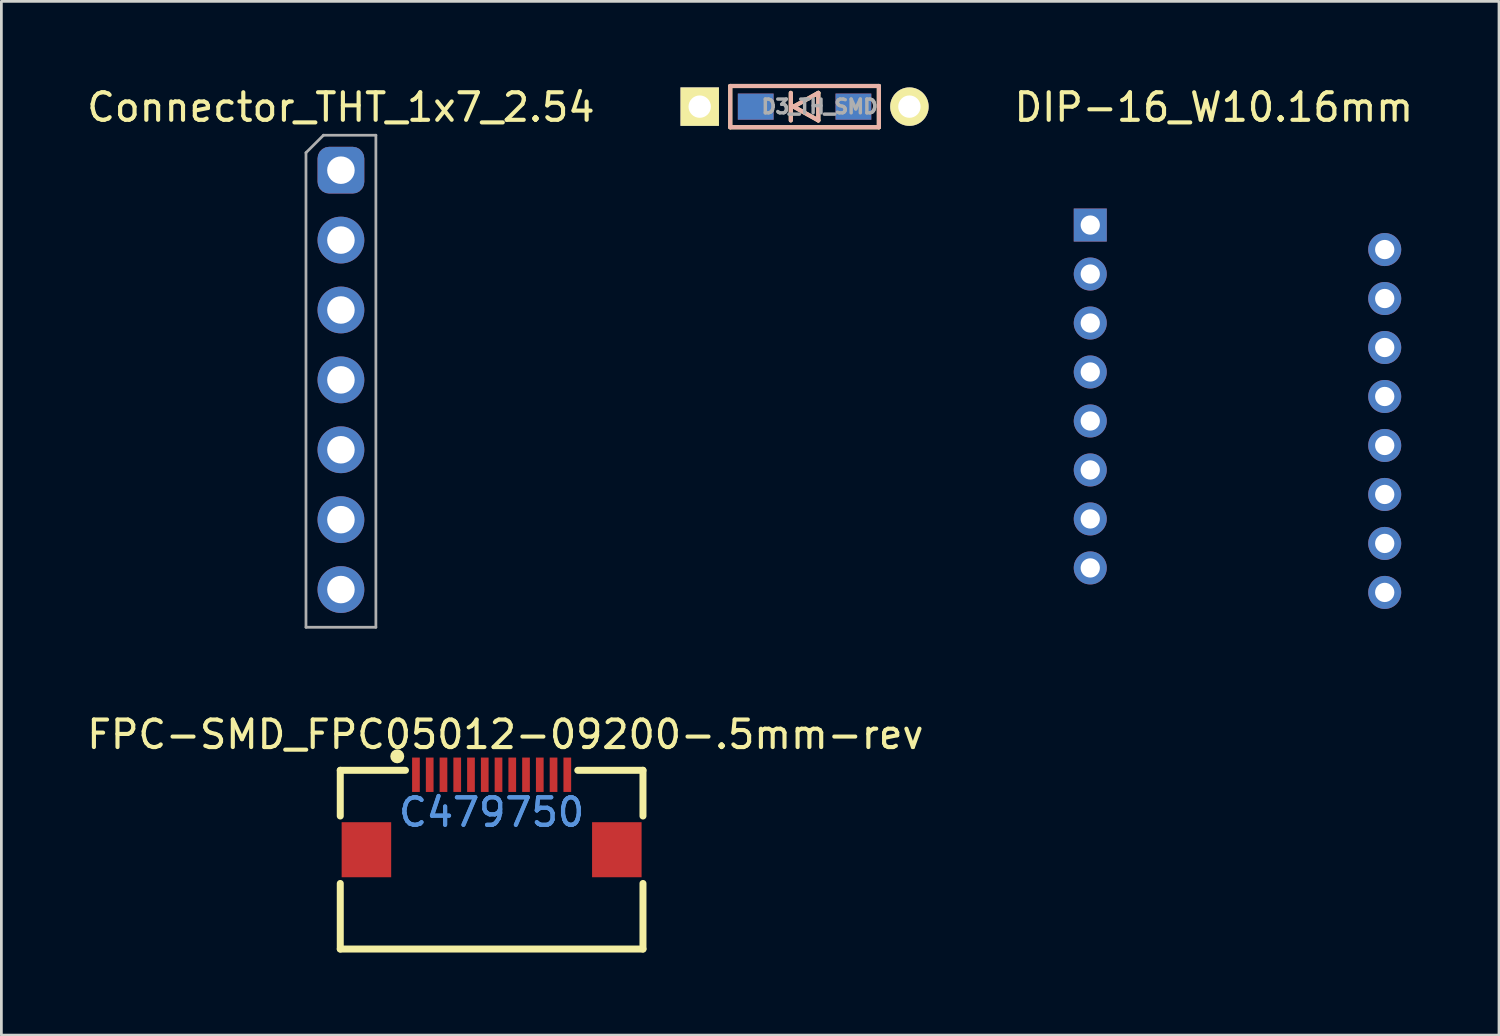
<source format=kicad_pcb>
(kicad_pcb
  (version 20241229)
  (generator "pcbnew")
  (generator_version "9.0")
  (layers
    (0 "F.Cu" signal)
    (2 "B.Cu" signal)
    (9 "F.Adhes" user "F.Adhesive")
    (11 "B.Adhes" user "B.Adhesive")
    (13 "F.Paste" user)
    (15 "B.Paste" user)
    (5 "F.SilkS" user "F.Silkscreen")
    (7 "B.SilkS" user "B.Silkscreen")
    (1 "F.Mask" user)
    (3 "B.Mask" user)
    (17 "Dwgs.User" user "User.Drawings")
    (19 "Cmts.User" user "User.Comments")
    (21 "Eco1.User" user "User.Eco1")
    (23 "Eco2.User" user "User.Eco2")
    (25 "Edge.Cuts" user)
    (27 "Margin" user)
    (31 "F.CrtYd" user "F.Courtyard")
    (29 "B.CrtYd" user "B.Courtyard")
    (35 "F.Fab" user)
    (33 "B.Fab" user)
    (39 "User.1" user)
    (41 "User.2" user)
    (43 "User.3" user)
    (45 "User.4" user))
  (footprint "D3_TH_SMD"
    (layer "F.Cu")
    (at 26.187 0.825)
    (property "Reference" "D3_TH_SMD" (at 0.55 0 0) (layer "F.Fab") (effects (font (size 0.5 0.5) (thickness 0.125))))
    (attr through_hole)
    (fp_line (start -2.7 -0.75) (end -2.7 0.75) (stroke (width 0.15) (type solid)) (layer "F.SilkS"))
    (fp_line (start -2.7 0.75) (end 2.7 0.75) (stroke (width 0.15) (type solid)) (layer "F.SilkS"))
    (fp_line (start -0.5 -0.5) (end -0.5 0.5) (stroke (width 0.15) (type solid)) (layer "F.SilkS"))
    (fp_line (start -0.4 0) (end 0.5 -0.5) (stroke (width 0.15) (type solid)) (layer "F.SilkS"))
    (fp_line (start 0.5 -0.5) (end 0.5 0.5) (stroke (width 0.15) (type solid)) (layer "F.SilkS"))
    (fp_line (start 0.5 0.5) (end -0.4 0) (stroke (width 0.15) (type solid)) (layer "F.SilkS"))
    (fp_line (start 2.7 -0.75) (end -2.7 -0.75) (stroke (width 0.15) (type solid)) (layer "F.SilkS"))
    (fp_line (start 2.7 0.75) (end 2.7 -0.75) (stroke (width 0.15) (type solid)) (layer "F.SilkS"))
    (fp_line (start -2.7 -0.75) (end -2.7 0.75) (stroke (width 0.15) (type solid)) (layer "B.SilkS"))
    (fp_line (start -2.7 0.75) (end 2.7 0.75) (stroke (width 0.15) (type solid)) (layer "B.SilkS"))
    (fp_line (start -0.5 -0.5) (end -0.5 0.5) (stroke (width 0.15) (type solid)) (layer "B.SilkS"))
    (fp_line (start -0.4 0) (end 0.5 -0.5) (stroke (width 0.15) (type solid)) (layer "B.SilkS"))
    (fp_line (start 0.5 -0.5) (end 0.5 0.5) (stroke (width 0.15) (type solid)) (layer "B.SilkS"))
    (fp_line (start 0.5 0.5) (end -0.4 0) (stroke (width 0.15) (type solid)) (layer "B.SilkS"))
    (fp_line (start 2.7 -0.75) (end -2.7 -0.75) (stroke (width 0.15) (type solid)) (layer "B.SilkS"))
    (fp_line (start 2.7 0.75) (end 2.7 -0.75) (stroke (width 0.15) (type solid)) (layer "B.SilkS"))
    (pad "1" thru_hole rect (at -3.81 0) (size 1.397 1.397) (drill 0.813) (layers "*.Cu" "*.Mask" "F.SilkS"))
    (pad "1" smd rect (at -1.775 0) (size 1.3 0.95) (layers "F.Cu" "F.Mask" "F.Paste"))
    (pad "1" smd rect (at -1.775 0) (size 1.3 0.95) (layers "B.Cu" "B.Mask" "B.Paste"))
    (pad "2" smd rect (at 1.775 0) (size 1.3 0.95) (layers "F.Cu" "F.Mask" "F.Paste"))
    (pad "2" smd rect (at 1.775 0) (size 1.3 0.95) (layers "B.Cu" "B.Mask" "B.Paste"))
    (pad "2" thru_hole circle (at 3.81 0) (size 1.397 1.397) (drill 0.813) (layers "*.Cu" "*.Mask" "F.SilkS")))
  (footprint "FPC-SMD_FPC05012-09200-.5mm-rev"
    (layer "F.Cu")
    (at 14.815 27.142)
    (property "Reference" "FPC-SMD_FPC05012-09200-.5mm-rev" (at 0.5 -3.5 0) (unlocked yes) (layer "F.SilkS") (effects (font (size 1 1) (thickness 0.15))))
    (attr smd)
    (fp_line (start -5.5 -2.2) (end -3.131 -2.2) (stroke (width 0.254) (type solid)) (layer "F.SilkS"))
    (fp_line (start -5.5 -0.539) (end -5.5 -2.2) (stroke (width 0.254) (type solid)) (layer "F.SilkS"))
    (fp_line (start -5.5 4.295) (end -5.5 1.912) (stroke (width 0.254) (type solid)) (layer "F.SilkS"))
    (fp_line (start 5.5 -2.2) (end 3.131 -2.2) (stroke (width 0.254) (type solid)) (layer "F.SilkS"))
    (fp_line (start 5.5 -0.539) (end 5.5 -2.2) (stroke (width 0.254) (type solid)) (layer "F.SilkS"))
    (fp_line (start 5.5 4.295) (end -5.5 4.295) (stroke (width 0.254) (type solid)) (layer "F.SilkS"))
    (fp_line (start 5.5 4.295) (end 5.5 1.912) (stroke (width 0.254) (type solid)) (layer "F.SilkS"))
    (fp_circle (center -3.429 -2.708) (end -3.302 -2.708) (stroke (width 0.254) (type solid)) (fill no) (layer "F.SilkS"))
    (fp_text user "C479750" (at 0 -0.672 0) (layer "Cmts.User") (effects (font (size 1 1) (thickness 0.15))))
    (fp_text user "C479750" (at 0 -0.676 0) (layer "Cmts.User") (effects (font (size 1 1) (thickness 0.15))))
    (pad "1" smd rect (at -2.75 -2.038) (size 0.28 1.25) (layers "F.Cu" "F.Mask" "F.Paste"))
    (pad "2" smd rect (at -2.25 -2.038) (size 0.28 1.25) (layers "F.Cu" "F.Mask" "F.Paste"))
    (pad "3" smd rect (at -1.75 -2.038) (size 0.28 1.25) (layers "F.Cu" "F.Mask" "F.Paste"))
    (pad "4" smd rect (at -1.25 -2.038) (size 0.28 1.25) (layers "F.Cu" "F.Mask" "F.Paste"))
    (pad "5" smd rect (at -0.75 -2.038) (size 0.28 1.25) (layers "F.Cu" "F.Mask" "F.Paste"))
    (pad "6" smd rect (at -0.25 -2.038) (size 0.28 1.25) (layers "F.Cu" "F.Mask" "F.Paste"))
    (pad "7" smd rect (at 0.25 -2.038) (size 0.28 1.25) (layers "F.Cu" "F.Mask" "F.Paste"))
    (pad "8" smd rect (at 0.75 -2.038) (size 0.28 1.25) (layers "F.Cu" "F.Mask" "F.Paste"))
    (pad "9" smd rect (at 1.25 -2.038) (size 0.28 1.25) (layers "F.Cu" "F.Mask" "F.Paste"))
    (pad "10" smd rect (at 1.75 -2.038) (size 0.28 1.25) (layers "F.Cu" "F.Mask" "F.Paste"))
    (pad "11" smd rect (at 2.25 -2.038) (size 0.28 1.25) (layers "F.Cu" "F.Mask" "F.Paste"))
    (pad "12" smd rect (at 2.75 -2.038) (size 0.28 1.25) (layers "F.Cu" "F.Mask" "F.Paste"))
    (pad "13" smd rect (at 4.55 0.686) (size 1.8 2) (layers "F.Cu" "F.Mask" "F.Paste"))
    (pad "14" smd rect (at -4.55 0.686) (size 1.8 2) (layers "F.Cu" "F.Mask" "F.Paste")))
  (footprint "Connector_THT_1x7_2.54"
    (layer "F.Cu")
    (at 9.339 6.944)
    (property "Reference" "Connector_THT_1x7_2.54" (at 0 -6.096 0) (layer "F.SilkS") (effects (font (size 1 1) (thickness 0.15))))
    (fp_line (start -1.27 -4.445) (end -0.635 -5.08) (stroke (width 0.1) (type solid)) (layer "F.Fab"))
    (fp_line (start -1.27 12.8) (end -1.27 -4.445) (stroke (width 0.1) (type solid)) (layer "F.Fab"))
    (fp_line (start -0.635 -5.08) (end 1.27 -5.08) (stroke (width 0.1) (type solid)) (layer "F.Fab"))
    (fp_line (start 1.27 -5.08) (end 1.27 12.8) (stroke (width 0.1) (type solid)) (layer "F.Fab"))
    (fp_line (start 1.27 12.8) (end -1.27 12.8) (stroke (width 0.1) (type solid)) (layer "F.Fab"))
    (pad "1" thru_hole roundrect (at 0 -3.81) (size 1.7 1.7) (drill 1) (layers "*.Cu" "*.Mask") (roundrect_rratio 0.25))
    (pad "2" thru_hole oval (at 0 -1.27) (size 1.7 1.7) (drill 1) (layers "*.Cu" "*.Mask"))
    (pad "3" thru_hole oval (at 0 1.27) (size 1.7 1.7) (drill 1) (layers "*.Cu" "*.Mask"))
    (pad "4" thru_hole oval (at 0 3.81) (size 1.7 1.7) (drill 1) (layers "*.Cu" "*.Mask"))
    (pad "5" thru_hole oval (at 0 6.35) (size 1.7 1.7) (drill 1) (layers "*.Cu" "*.Mask"))
    (pad "6" thru_hole oval (at 0 8.89) (size 1.7 1.7) (drill 1) (layers "*.Cu" "*.Mask"))
    (pad "7" thru_hole oval (at 0 11.43) (size 1.7 1.7) (drill 1) (layers "*.Cu" "*.Mask")))
  (footprint "DIP-16_W10.16mm"
    (layer "F.Cu")
    (at 37.669 3.608)
    (property "Reference" "DIP-16_W10.16mm" (at 3.39 -2.76 0) (layer "F.SilkS") (effects (font (size 1 1) (thickness 0.15))))
    (attr through_hole)
    (fp_line (start 0 -0.75) (end 0 16) (stroke (width 0.12) (type solid)) (layer "Eco2.User"))
    (fp_line (start 0 -0.75) (end 8.5 -0.75) (stroke (width 0.12) (type solid)) (layer "Eco2.User"))
    (fp_line (start 0 16) (end 8.5 16) (stroke (width 0.12) (type solid)) (layer "Eco2.User"))
    (fp_line (start 8.5 -0.75) (end 8.5 16) (stroke (width 0.12) (type solid)) (layer "Eco2.User"))
    (pad "1" thru_hole rect (at -1.1 1.52) (size 1.2 1.2) (drill 0.7) (layers "*.Cu" "*.Mask"))
    (pad "2" thru_hole circle (at -1.1 3.3) (size 1.2 1.2) (drill 0.7) (layers "*.Cu" "*.Mask"))
    (pad "3" thru_hole circle (at -1.1 5.08) (size 1.2 1.2) (drill 0.7) (layers "*.Cu" "*.Mask"))
    (pad "4" thru_hole circle (at -1.1 6.86) (size 1.2 1.2) (drill 0.7) (layers "*.Cu" "*.Mask"))
    (pad "5" thru_hole circle (at -1.1 8.64) (size 1.2 1.2) (drill 0.7) (layers "*.Cu" "*.Mask"))
    (pad "6" thru_hole circle (at -1.1 10.42) (size 1.2 1.2) (drill 0.7) (layers "*.Cu" "*.Mask"))
    (pad "7" thru_hole circle (at -1.1 12.2) (size 1.2 1.2) (drill 0.7) (layers "*.Cu" "*.Mask"))
    (pad "8" thru_hole circle (at -1.1 13.98) (size 1.2 1.2) (drill 0.7) (layers "*.Cu" "*.Mask"))
    (pad "9" thru_hole circle (at 9.6 14.87) (size 1.2 1.2) (drill 0.7) (layers "*.Cu" "*.Mask"))
    (pad "10" thru_hole circle (at 9.6 13.09) (size 1.2 1.2) (drill 0.7) (layers "*.Cu" "*.Mask"))
    (pad "11" thru_hole circle (at 9.6 11.31) (size 1.2 1.2) (drill 0.7) (layers "*.Cu" "*.Mask"))
    (pad "12" thru_hole circle (at 9.6 9.53) (size 1.2 1.2) (drill 0.7) (layers "*.Cu" "*.Mask"))
    (pad "13" thru_hole circle (at 9.6 7.75) (size 1.2 1.2) (drill 0.7) (layers "*.Cu" "*.Mask"))
    (pad "14" thru_hole circle (at 9.6 5.97) (size 1.2 1.2) (drill 0.7) (layers "*.Cu" "*.Mask"))
    (pad "15" thru_hole circle (at 9.6 4.19) (size 1.2 1.2) (drill 0.7) (layers "*.Cu" "*.Mask"))
    (pad "16" thru_hole circle (at 9.6 2.41) (size 1.2 1.2) (drill 0.7) (layers "*.Cu" "*.Mask")))
  (gr_rect
    (start -3 -3)
    (end 51.422 34.565)
    (stroke (width 0.1) (type default))
    (fill no)
    (layer "Edge.Cuts")))
</source>
